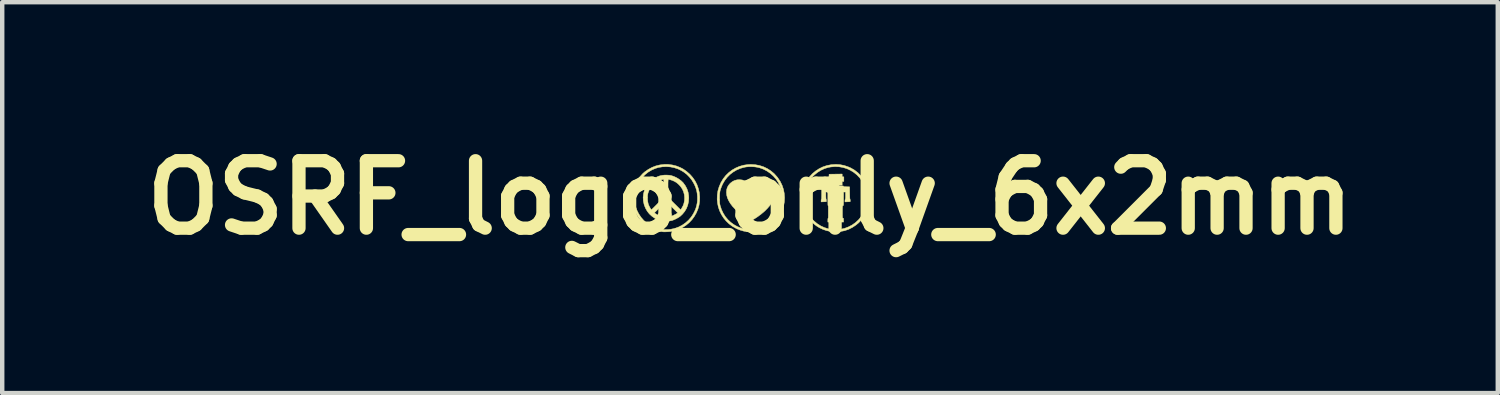
<source format=kicad_pcb>
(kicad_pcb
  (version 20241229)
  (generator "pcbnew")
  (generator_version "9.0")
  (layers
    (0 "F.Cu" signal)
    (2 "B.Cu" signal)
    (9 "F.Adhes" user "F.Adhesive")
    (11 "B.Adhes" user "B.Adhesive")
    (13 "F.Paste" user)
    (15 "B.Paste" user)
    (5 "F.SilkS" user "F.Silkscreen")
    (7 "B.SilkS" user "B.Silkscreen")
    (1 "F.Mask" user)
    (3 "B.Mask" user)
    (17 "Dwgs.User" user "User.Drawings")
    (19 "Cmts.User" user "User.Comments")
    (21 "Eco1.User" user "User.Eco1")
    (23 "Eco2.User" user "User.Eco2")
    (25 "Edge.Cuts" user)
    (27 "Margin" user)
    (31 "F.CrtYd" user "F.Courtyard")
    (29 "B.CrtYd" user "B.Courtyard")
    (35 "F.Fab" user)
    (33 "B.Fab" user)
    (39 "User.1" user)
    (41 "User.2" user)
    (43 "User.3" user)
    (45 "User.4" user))
  (footprint "OSRF_logo_only_6x2mm"
    (layer "F.Cu")
    (at 13.905 1.418)
    (property "Reference" "OSRF_logo_only_6x2mm" (at 0 0 0) (layer "F.SilkS") (effects (font (size 1.524 1.524) (thickness 0.3))))
    (attr through_hole)
    (fp_poly (pts (xy -0.179 -0.4) (xy -0.122 -0.383) (xy -0.07 -0.353) (xy -0.024 -0.313) (xy 0.008 -0.273) (xy 0.017 -0.263) (xy 0.021 -0.262) (xy 0.027 -0.27) (xy 0.041 -0.289) (xy 0.061 -0.311) (xy 0.085 -0.334) (xy 0.109 -0.354) (xy 0.121 -0.362) (xy 0.172 -0.387) (xy 0.227 -0.402) (xy 0.285 -0.406) (xy 0.342 -0.4) (xy 0.398 -0.384) (xy 0.433 -0.366) (xy 0.465 -0.343) (xy 0.497 -0.311) (xy 0.525 -0.275) (xy 0.547 -0.238) (xy 0.548 -0.237) (xy 0.559 -0.21) (xy 0.566 -0.186) (xy 0.569 -0.158) (xy 0.57 -0.14) (xy 0.57 -0.091) (xy 0.565 -0.048) (xy 0.552 -0.005) (xy 0.537 0.033) (xy 0.501 0.102) (xy 0.453 0.172) (xy 0.394 0.241) (xy 0.325 0.31) (xy 0.245 0.377) (xy 0.157 0.441) (xy 0.095 0.481) (xy 0.07 0.497) (xy 0.047 0.511) (xy 0.031 0.52) (xy 0.024 0.524) (xy 0.016 0.522) (xy -0.001 0.514) (xy -0.023 0.502) (xy -0.049 0.486) (xy -0.052 0.484) (xy -0.119 0.441) (xy -0.177 0.4) (xy -0.229 0.36) (xy -0.278 0.317) (xy -0.324 0.273) (xy -0.389 0.204) (xy -0.441 0.137) (xy -0.481 0.071) (xy -0.51 0.007) (xy -0.527 -0.056) (xy -0.533 -0.12) (xy -0.533 -0.122) (xy -0.528 -0.18) (xy -0.513 -0.231) (xy -0.487 -0.278) (xy -0.449 -0.323) (xy -0.443 -0.328) (xy -0.397 -0.364) (xy -0.347 -0.389) (xy -0.292 -0.403) (xy -0.241 -0.406) (xy -0.179 -0.4)) (stroke (width 0.01) (type solid)) (fill yes) (layer "F.SilkS"))
    (fp_poly (pts (xy 2.035 -0.746) (xy 2.13 -0.727) (xy 2.223 -0.695) (xy 2.28 -0.67) (xy 2.363 -0.621) (xy 2.439 -0.563) (xy 2.506 -0.495) (xy 2.565 -0.421) (xy 2.614 -0.339) (xy 2.651 -0.252) (xy 2.653 -0.248) (xy 2.67 -0.197) (xy 2.682 -0.152) (xy 2.689 -0.11) (xy 2.694 -0.065) (xy 2.695 -0.013) (xy 2.695 0.006) (xy 2.695 0.061) (xy 2.692 0.107) (xy 2.686 0.149) (xy 2.678 0.189) (xy 2.665 0.234) (xy 2.66 0.249) (xy 2.625 0.337) (xy 2.578 0.421) (xy 2.521 0.499) (xy 2.455 0.569) (xy 2.395 0.619) (xy 2.314 0.673) (xy 2.23 0.715) (xy 2.142 0.746) (xy 2.05 0.764) (xy 1.959 0.772) (xy 1.926 0.772) (xy 1.897 0.773) (xy 1.875 0.773) (xy 1.862 0.772) (xy 1.861 0.772) (xy 1.85 0.77) (xy 1.831 0.766) (xy 1.807 0.762) (xy 1.803 0.762) (xy 1.726 0.744) (xy 1.647 0.717) (xy 1.57 0.681) (xy 1.505 0.641) (xy 1.469 0.614) (xy 1.429 0.58) (xy 1.39 0.541) (xy 1.353 0.502) (xy 1.322 0.465) (xy 1.321 0.463) (xy 1.27 0.384) (xy 1.229 0.299) (xy 1.199 0.209) (xy 1.181 0.116) (xy 1.174 0.03) (xy 1.225 0.03) (xy 1.231 0.117) (xy 1.248 0.201) (xy 1.26 0.24) (xy 1.295 0.325) (xy 1.342 0.405) (xy 1.4 0.48) (xy 1.446 0.527) (xy 1.518 0.588) (xy 1.597 0.638) (xy 1.68 0.676) (xy 1.768 0.704) (xy 1.859 0.719) (xy 1.953 0.723) (xy 2.047 0.715) (xy 2.051 0.714) (xy 2.141 0.693) (xy 2.228 0.66) (xy 2.31 0.617) (xy 2.386 0.563) (xy 2.454 0.5) (xy 2.514 0.428) (xy 2.517 0.424) (xy 2.565 0.346) (xy 2.602 0.263) (xy 2.628 0.176) (xy 2.643 0.086) (xy 2.647 -0.005) (xy 2.64 -0.095) (xy 2.621 -0.183) (xy 2.591 -0.269) (xy 2.582 -0.289) (xy 2.536 -0.372) (xy 2.481 -0.447) (xy 2.417 -0.514) (xy 2.347 -0.571) (xy 2.27 -0.618) (xy 2.188 -0.656) (xy 2.102 -0.682) (xy 2.013 -0.698) (xy 1.921 -0.702) (xy 1.827 -0.694) (xy 1.769 -0.683) (xy 1.684 -0.657) (xy 1.602 -0.619) (xy 1.525 -0.571) (xy 1.454 -0.513) (xy 1.39 -0.447) (xy 1.335 -0.373) (xy 1.293 -0.3) (xy 1.262 -0.225) (xy 1.24 -0.143) (xy 1.227 -0.057) (xy 1.225 0.03) (xy 1.174 0.03) (xy 1.173 0.022) (xy 1.178 -0.074) (xy 1.194 -0.168) (xy 1.21 -0.227) (xy 1.245 -0.315) (xy 1.291 -0.397) (xy 1.346 -0.473) (xy 1.41 -0.542) (xy 1.483 -0.603) (xy 1.562 -0.654) (xy 1.646 -0.695) (xy 1.735 -0.725) (xy 1.743 -0.727) (xy 1.842 -0.746) (xy 1.939 -0.752) (xy 2.035 -0.746)) (stroke (width 0.01) (type solid)) (fill yes) (layer "F.SilkS"))
    (fp_poly (pts (xy -1.849 -0.751) (xy -1.757 -0.739) (xy -1.665 -0.716) (xy -1.577 -0.681) (xy -1.515 -0.649) (xy -1.434 -0.593) (xy -1.361 -0.529) (xy -1.297 -0.457) (xy -1.243 -0.379) (xy -1.199 -0.294) (xy -1.167 -0.203) (xy -1.146 -0.114) (xy -1.137 -0.017) (xy -1.139 0.078) (xy -1.153 0.171) (xy -1.178 0.26) (xy -1.214 0.345) (xy -1.259 0.424) (xy -1.313 0.498) (xy -1.376 0.565) (xy -1.447 0.624) (xy -1.525 0.675) (xy -1.61 0.716) (xy -1.702 0.747) (xy -1.749 0.759) (xy -1.774 0.763) (xy -1.807 0.767) (xy -1.844 0.77) (xy -1.882 0.772) (xy -1.918 0.773) (xy -1.949 0.773) (xy -1.971 0.772) (xy -1.975 0.771) (xy -1.989 0.769) (xy -2.011 0.765) (xy -2.035 0.761) (xy -2.092 0.749) (xy -2.154 0.729) (xy -2.215 0.705) (xy -2.25 0.688) (xy -2.333 0.638) (xy -2.409 0.578) (xy -2.476 0.509) (xy -2.534 0.432) (xy -2.583 0.348) (xy -2.621 0.257) (xy -2.639 0.198) (xy -2.65 0.148) (xy -2.657 0.09) (xy -2.66 0.029) (xy -2.66 0.001) (xy -2.607 0.001) (xy -2.607 0.013) (xy -2.606 0.055) (xy -2.606 0.088) (xy -2.604 0.114) (xy -2.602 0.136) (xy -2.599 0.156) (xy -2.593 0.177) (xy -2.589 0.194) (xy -2.558 0.282) (xy -2.516 0.366) (xy -2.464 0.444) (xy -2.403 0.514) (xy -2.333 0.576) (xy -2.288 0.608) (xy -2.205 0.655) (xy -2.118 0.689) (xy -2.028 0.712) (xy -1.935 0.722) (xy -1.839 0.72) (xy -1.789 0.714) (xy -1.699 0.695) (xy -1.612 0.663) (xy -1.532 0.621) (xy -1.457 0.569) (xy -1.389 0.508) (xy -1.33 0.439) (xy -1.28 0.362) (xy -1.239 0.279) (xy -1.223 0.235) (xy -1.206 0.176) (xy -1.195 0.12) (xy -1.189 0.063) (xy -1.189 -0.001) (xy -1.189 -0.022) (xy -1.195 -0.093) (xy -1.206 -0.158) (xy -1.225 -0.219) (xy -1.251 -0.283) (xy -1.263 -0.308) (xy -1.312 -0.392) (xy -1.37 -0.466) (xy -1.436 -0.532) (xy -1.511 -0.588) (xy -1.594 -0.634) (xy -1.634 -0.651) (xy -1.716 -0.678) (xy -1.802 -0.695) (xy -1.891 -0.701) (xy -1.98 -0.697) (xy -2.067 -0.683) (xy -2.136 -0.662) (xy -2.223 -0.625) (xy -2.304 -0.576) (xy -2.376 -0.518) (xy -2.441 -0.452) (xy -2.497 -0.377) (xy -2.543 -0.295) (xy -2.578 -0.207) (xy -2.592 -0.162) (xy -2.597 -0.14) (xy -2.601 -0.119) (xy -2.604 -0.097) (xy -2.605 -0.072) (xy -2.606 -0.04) (xy -2.607 0.001) (xy -2.66 0.001) (xy -2.66 -0.032) (xy -2.656 -0.088) (xy -2.652 -0.117) (xy -2.627 -0.215) (xy -2.592 -0.307) (xy -2.547 -0.393) (xy -2.49 -0.472) (xy -2.425 -0.543) (xy -2.378 -0.584) (xy -2.299 -0.639) (xy -2.215 -0.684) (xy -2.127 -0.718) (xy -2.036 -0.74) (xy -1.943 -0.751) (xy -1.849 -0.751)) (stroke (width 0.01) (type solid)) (fill yes) (layer "F.SilkS"))
    (fp_poly (pts (xy 0.117 -0.745) (xy 0.213 -0.727) (xy 0.304 -0.698) (xy 0.39 -0.657) (xy 0.47 -0.606) (xy 0.543 -0.545) (xy 0.608 -0.474) (xy 0.626 -0.451) (xy 0.681 -0.369) (xy 0.724 -0.281) (xy 0.755 -0.19) (xy 0.774 -0.096) (xy 0.781 -0.001) (xy 0.776 0.096) (xy 0.759 0.193) (xy 0.743 0.249) (xy 0.708 0.338) (xy 0.662 0.421) (xy 0.607 0.497) (xy 0.542 0.565) (xy 0.469 0.626) (xy 0.389 0.677) (xy 0.303 0.718) (xy 0.212 0.748) (xy 0.206 0.75) (xy 0.166 0.759) (xy 0.131 0.765) (xy 0.095 0.769) (xy 0.053 0.771) (xy 0.044 0.772) (xy 0.008 0.772) (xy -0.027 0.772) (xy -0.058 0.77) (xy -0.08 0.769) (xy -0.081 0.768) (xy -0.15 0.755) (xy -0.223 0.733) (xy -0.293 0.706) (xy -0.315 0.695) (xy -0.399 0.648) (xy -0.475 0.591) (xy -0.542 0.526) (xy -0.6 0.455) (xy -0.649 0.378) (xy -0.688 0.296) (xy -0.717 0.21) (xy -0.735 0.121) (xy -0.743 0.03) (xy -0.742 0.006) (xy -0.688 0.006) (xy -0.688 0.051) (xy -0.688 0.085) (xy -0.686 0.113) (xy -0.684 0.136) (xy -0.68 0.157) (xy -0.675 0.179) (xy -0.646 0.269) (xy -0.606 0.352) (xy -0.558 0.429) (xy -0.5 0.498) (xy -0.435 0.559) (xy -0.363 0.611) (xy -0.286 0.654) (xy -0.203 0.687) (xy -0.116 0.71) (xy -0.026 0.721) (xy 0.067 0.721) (xy 0.127 0.715) (xy 0.194 0.702) (xy 0.256 0.683) (xy 0.318 0.657) (xy 0.334 0.65) (xy 0.414 0.603) (xy 0.488 0.547) (xy 0.553 0.481) (xy 0.61 0.408) (xy 0.657 0.328) (xy 0.694 0.242) (xy 0.713 0.179) (xy 0.718 0.156) (xy 0.722 0.135) (xy 0.724 0.113) (xy 0.726 0.085) (xy 0.726 0.051) (xy 0.727 0.006) (xy 0.726 -0.046) (xy 0.724 -0.088) (xy 0.72 -0.125) (xy 0.713 -0.158) (xy 0.704 -0.192) (xy 0.691 -0.23) (xy 0.679 -0.258) (xy 0.64 -0.341) (xy 0.589 -0.418) (xy 0.529 -0.487) (xy 0.461 -0.548) (xy 0.386 -0.6) (xy 0.304 -0.643) (xy 0.216 -0.675) (xy 0.165 -0.687) (xy 0.107 -0.696) (xy 0.042 -0.7) (xy -0.025 -0.7) (xy -0.088 -0.694) (xy -0.127 -0.687) (xy -0.217 -0.662) (xy -0.302 -0.626) (xy -0.381 -0.579) (xy -0.454 -0.523) (xy -0.518 -0.458) (xy -0.574 -0.385) (xy -0.62 -0.306) (xy -0.641 -0.258) (xy -0.657 -0.217) (xy -0.669 -0.181) (xy -0.678 -0.147) (xy -0.683 -0.113) (xy -0.687 -0.075) (xy -0.688 -0.03) (xy -0.688 0.006) (xy -0.742 0.006) (xy -0.74 -0.062) (xy -0.726 -0.154) (xy -0.699 -0.245) (xy -0.661 -0.334) (xy -0.657 -0.342) (xy -0.607 -0.426) (xy -0.548 -0.501) (xy -0.48 -0.567) (xy -0.405 -0.624) (xy -0.323 -0.671) (xy -0.236 -0.708) (xy -0.144 -0.734) (xy -0.048 -0.748) (xy 0.019 -0.751) (xy 0.117 -0.745)) (stroke (width 0.01) (type solid)) (fill yes) (layer "F.SilkS"))
    (fp_poly (pts (xy -1.828 -0.507) (xy -1.784 -0.5) (xy -1.781 -0.499) (xy -1.723 -0.48) (xy -1.664 -0.453) (xy -1.608 -0.419) (xy -1.558 -0.382) (xy -1.516 -0.342) (xy -1.51 -0.335) (xy -1.461 -0.268) (xy -1.425 -0.198) (xy -1.4 -0.124) (xy -1.387 -0.046) (xy -1.384 0.01) (xy -1.39 0.092) (xy -1.408 0.17) (xy -1.437 0.244) (xy -1.477 0.312) (xy -1.528 0.374) (xy -1.576 0.419) (xy -1.611 0.444) (xy -1.653 0.468) (xy -1.698 0.491) (xy -1.742 0.509) (xy -1.768 0.518) (xy -1.803 0.524) (xy -1.845 0.529) (xy -1.891 0.531) (xy -1.937 0.53) (xy -1.978 0.527) (xy -2.003 0.523) (xy -2.081 0.5) (xy -2.153 0.465) (xy -2.217 0.421) (xy -2.274 0.369) (xy -2.295 0.343) (xy -2.162 0.343) (xy -2.146 0.356) (xy -2.118 0.374) (xy -2.084 0.392) (xy -2.047 0.409) (xy -2.011 0.422) (xy -1.98 0.43) (xy -1.964 0.431) (xy -1.949 0.432) (xy -1.854 0.432) (xy -1.84 0.432) (xy -1.826 0.43) (xy -1.805 0.426) (xy -1.791 0.422) (xy -1.764 0.414) (xy -1.733 0.401) (xy -1.701 0.385) (xy -1.672 0.37) (xy -1.651 0.356) (xy -1.651 0.356) (xy -1.635 0.343) (xy -1.745 0.234) (xy -1.854 0.124) (xy -1.854 0.432) (xy -1.949 0.432) (xy -1.949 0.13) (xy -2.056 0.237) (xy -2.162 0.343) (xy -2.295 0.343) (xy -2.323 0.308) (xy -2.362 0.24) (xy -2.392 0.165) (xy -2.41 0.086) (xy -2.413 0.066) (xy -2.416 -0.007) (xy -2.317 -0.007) (xy -2.316 0.042) (xy -2.312 0.088) (xy -2.304 0.129) (xy -2.299 0.146) (xy -2.291 0.168) (xy -2.279 0.193) (xy -2.266 0.219) (xy -2.253 0.242) (xy -2.241 0.26) (xy -2.233 0.271) (xy -2.229 0.273) (xy -2.224 0.269) (xy -2.21 0.256) (xy -2.19 0.237) (xy -2.165 0.212) (xy -2.135 0.182) (xy -2.102 0.149) (xy -2.087 0.133) (xy -1.949 -0.007) (xy -1.949 -0.211) (xy -1.854 -0.211) (xy -1.854 -0.01) (xy -1.713 0.132) (xy -1.678 0.166) (xy -1.646 0.198) (xy -1.619 0.225) (xy -1.596 0.248) (xy -1.579 0.263) (xy -1.57 0.272) (xy -1.568 0.273) (xy -1.563 0.268) (xy -1.554 0.255) (xy -1.544 0.238) (xy -1.513 0.181) (xy -1.493 0.124) (xy -1.482 0.064) (xy -1.48 0.006) (xy -1.485 -0.066) (xy -1.503 -0.134) (xy -1.532 -0.197) (xy -1.573 -0.256) (xy -1.603 -0.289) (xy -1.636 -0.32) (xy -1.667 -0.344) (xy -1.699 -0.363) (xy -1.706 -0.367) (xy -1.736 -0.381) (xy -1.769 -0.394) (xy -1.802 -0.404) (xy -1.83 -0.411) (xy -1.846 -0.413) (xy -1.849 -0.41) (xy -1.85 -0.401) (xy -1.852 -0.385) (xy -1.853 -0.361) (xy -1.854 -0.328) (xy -1.854 -0.285) (xy -1.854 -0.23) (xy -1.854 -0.211) (xy -1.949 -0.211) (xy -1.949 -0.414) (xy -1.973 -0.41) (xy -2.038 -0.393) (xy -2.096 -0.366) (xy -2.151 -0.328) (xy -2.194 -0.289) (xy -2.242 -0.233) (xy -2.279 -0.173) (xy -2.304 -0.109) (xy -2.309 -0.091) (xy -2.315 -0.053) (xy -2.317 -0.007) (xy -2.416 -0.007) (xy -2.416 -0.011) (xy -2.408 -0.087) (xy -2.388 -0.161) (xy -2.358 -0.23) (xy -2.318 -0.295) (xy -2.269 -0.353) (xy -2.213 -0.404) (xy -2.149 -0.447) (xy -2.078 -0.48) (xy -2.028 -0.496) (xy -1.984 -0.505) (xy -1.933 -0.51) (xy -1.879 -0.51) (xy -1.828 -0.507)) (stroke (width 0.01) (type solid)) (fill yes) (layer "F.SilkS"))
    (fp_poly (pts (xy 2.083 -0.502) (xy 2.083 -0.483) (xy 2.086 -0.474) (xy 2.092 -0.47) (xy 2.102 -0.47) (xy 2.121 -0.47) (xy 2.121 -0.368) (xy 2.083 -0.368) (xy 2.083 -0.286) (xy 2.042 -0.286) (xy 2.018 -0.285) (xy 2.006 -0.283) (xy 2.001 -0.278) (xy 2 -0.276) (xy 2.002 -0.272) (xy 2.011 -0.269) (xy 2.027 -0.267) (xy 2.053 -0.267) (xy 2.057 -0.267) (xy 2.085 -0.266) (xy 2.103 -0.265) (xy 2.112 -0.262) (xy 2.115 -0.258) (xy 2.115 -0.257) (xy 2.117 -0.253) (xy 2.125 -0.25) (xy 2.142 -0.248) (xy 2.168 -0.247) (xy 2.183 -0.246) (xy 2.251 -0.244) (xy 2.253 -0.103) (xy 2.254 -0.051) (xy 2.255 -0.011) (xy 2.257 0.018) (xy 2.259 0.034) (xy 2.261 0.038) (xy 2.265 0.044) (xy 2.266 0.059) (xy 2.266 0.065) (xy 2.264 0.092) (xy 2.205 0.094) (xy 2.146 0.096) (xy 2.146 0.067) (xy 2.148 0.05) (xy 2.151 0.039) (xy 2.153 0.038) (xy 2.155 0.032) (xy 2.157 0.014) (xy 2.159 -0.013) (xy 2.159 -0.044) (xy 2.159 -0.127) (xy 2.115 -0.127) (xy 2.115 0.026) (xy 2.115 0.074) (xy 2.114 0.111) (xy 2.114 0.138) (xy 2.113 0.157) (xy 2.111 0.169) (xy 2.109 0.177) (xy 2.106 0.18) (xy 2.103 0.182) (xy 2.102 0.182) (xy 2.098 0.184) (xy 2.095 0.187) (xy 2.092 0.194) (xy 2.091 0.206) (xy 2.09 0.225) (xy 2.089 0.251) (xy 2.089 0.288) (xy 2.089 0.325) (xy 2.089 0.37) (xy 2.089 0.404) (xy 2.09 0.429) (xy 2.091 0.446) (xy 2.093 0.456) (xy 2.095 0.461) (xy 2.098 0.463) (xy 2.102 0.464) (xy 2.109 0.465) (xy 2.112 0.47) (xy 2.114 0.482) (xy 2.115 0.504) (xy 2.115 0.508) (xy 2.115 0.552) (xy 1.949 0.552) (xy 1.949 0.508) (xy 1.95 0.484) (xy 1.952 0.47) (xy 1.956 0.464) (xy 1.959 0.464) (xy 1.962 0.462) (xy 1.965 0.457) (xy 1.966 0.446) (xy 1.967 0.428) (xy 1.968 0.401) (xy 1.968 0.365) (xy 1.968 0.324) (xy 1.968 0.184) (xy 1.899 0.184) (xy 1.899 0.324) (xy 1.899 0.369) (xy 1.899 0.404) (xy 1.899 0.429) (xy 1.9 0.445) (xy 1.902 0.456) (xy 1.904 0.461) (xy 1.908 0.463) (xy 1.911 0.464) (xy 1.918 0.465) (xy 1.922 0.47) (xy 1.924 0.482) (xy 1.924 0.504) (xy 1.924 0.508) (xy 1.924 0.552) (xy 1.759 0.552) (xy 1.759 0.508) (xy 1.76 0.484) (xy 1.762 0.47) (xy 1.765 0.464) (xy 1.768 0.464) (xy 1.772 0.462) (xy 1.774 0.457) (xy 1.776 0.446) (xy 1.777 0.428) (xy 1.778 0.401) (xy 1.778 0.365) (xy 1.778 0.324) (xy 1.778 0.278) (xy 1.778 0.243) (xy 1.777 0.217) (xy 1.776 0.2) (xy 1.774 0.19) (xy 1.771 0.185) (xy 1.768 0.184) (xy 1.765 0.183) (xy 1.763 0.177) (xy 1.761 0.167) (xy 1.76 0.15) (xy 1.76 0.124) (xy 1.759 0.09) (xy 1.759 0.044) (xy 1.759 0.029) (xy 1.759 -0.127) (xy 1.714 -0.127) (xy 1.714 -0.044) (xy 1.715 -0.006) (xy 1.717 0.02) (xy 1.719 0.035) (xy 1.721 0.038) (xy 1.725 0.044) (xy 1.726 0.059) (xy 1.726 0.065) (xy 1.724 0.092) (xy 1.665 0.094) (xy 1.607 0.096) (xy 1.607 0.067) (xy 1.608 0.05) (xy 1.611 0.039) (xy 1.613 0.038) (xy 1.615 0.032) (xy 1.617 0.014) (xy 1.618 -0.016) (xy 1.619 -0.057) (xy 1.619 -0.105) (xy 1.619 -0.248) (xy 1.689 -0.248) (xy 1.72 -0.248) (xy 1.741 -0.249) (xy 1.753 -0.251) (xy 1.758 -0.254) (xy 1.759 -0.257) (xy 1.761 -0.262) (xy 1.77 -0.265) (xy 1.786 -0.266) (xy 1.813 -0.267) (xy 1.84 -0.267) (xy 1.856 -0.269) (xy 1.865 -0.272) (xy 1.867 -0.276) (xy 1.864 -0.282) (xy 1.854 -0.285) (xy 1.835 -0.286) (xy 1.826 -0.286) (xy 1.784 -0.286) (xy 1.784 -0.368) (xy 1.746 -0.368) (xy 1.746 -0.47) (xy 1.765 -0.47) (xy 1.776 -0.471) (xy 1.782 -0.476) (xy 1.785 -0.488) (xy 1.786 -0.5) (xy 1.788 -0.53) (xy 1.935 -0.532) (xy 2.083 -0.534) (xy 2.083 -0.502)) (stroke (width 0.01) (type solid)) (fill yes) (layer "F.SilkS")))
  (gr_rect
    (start -3 -3)
    (end 30.809 5.836)
    (stroke (width 0.1) (type default))
    (fill no)
    (layer "Edge.Cuts")))
</source>
